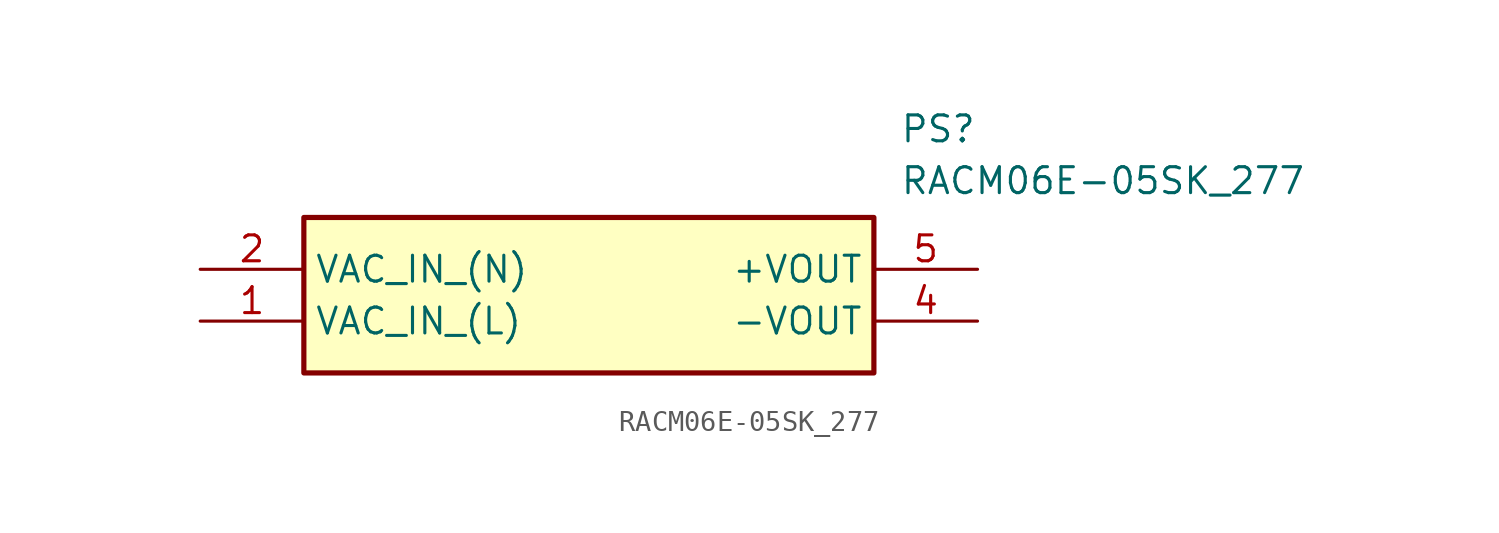
<source format=kicad_sym>
(kicad_symbol_lib
  (version 20211014)
  (generator SamacSys_ECAD_Model)
  (symbol "RACM06E-05SK_277"
    (property "Reference" "PS"
      (at 34.29 7.62 0)
      (effects (font (size 1.27 1.27)) (justify left top)))
    (property "Value" "RACM06E-05SK_277"
      (at 34.29 5.08 0)
      (effects (font (size 1.27 1.27)) (justify left top)))
    (rectangle
      (start 5.08 2.54)
      (end 33.02 -5.08)
      (stroke (width 0.254) (type default))
      (fill (type background)))
    (pin passive line
      (at 0 -2.54 0)
      (length 5.08)
      (name "VAC_IN_(L)" (effects (font (size 1.27 1.27))))
      (number "1" (effects (font (size 1.27 1.27)))))
    (pin passive line
      (at 0 0 0)
      (length 5.08)
      (name "VAC_IN_(N)" (effects (font (size 1.27 1.27))))
      (number "2" (effects (font (size 1.27 1.27)))))
    (pin passive line
      (at 38.1 -2.54 180)
      (length 5.08)
      (name "-VOUT" (effects (font (size 1.27 1.27))))
      (number "4" (effects (font (size 1.27 1.27)))))
    (pin passive line
      (at 38.1 0 180)
      (length 5.08)
      (name "+VOUT" (effects (font (size 1.27 1.27))))
      (number "5" (effects (font (size 1.27 1.27)))))))
</source>
